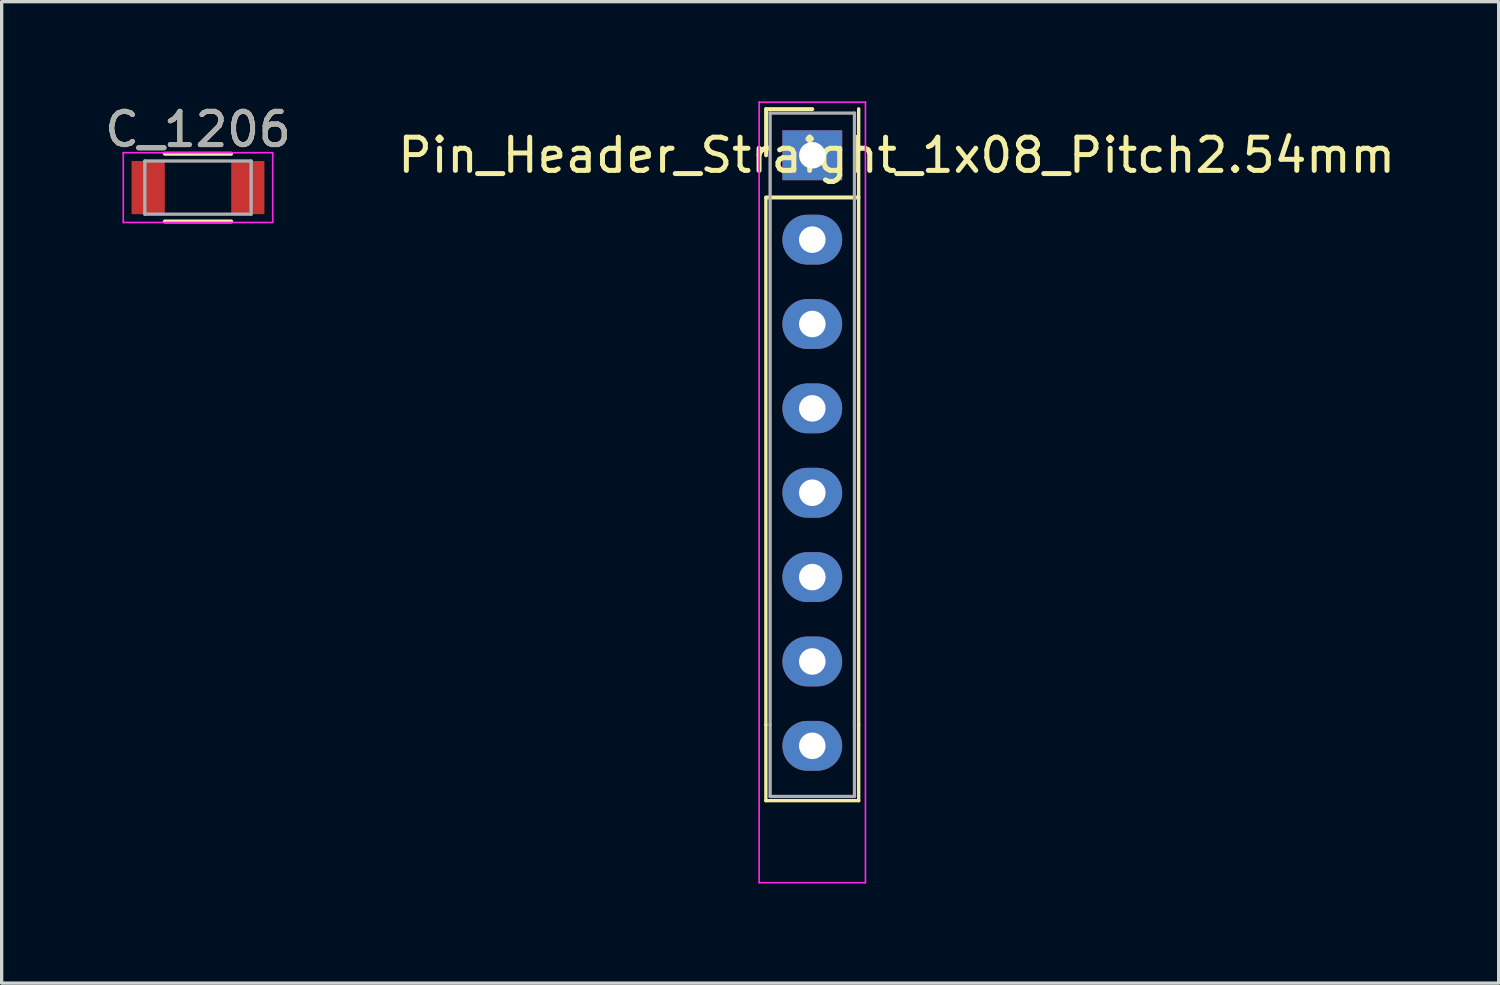
<source format=kicad_pcb>
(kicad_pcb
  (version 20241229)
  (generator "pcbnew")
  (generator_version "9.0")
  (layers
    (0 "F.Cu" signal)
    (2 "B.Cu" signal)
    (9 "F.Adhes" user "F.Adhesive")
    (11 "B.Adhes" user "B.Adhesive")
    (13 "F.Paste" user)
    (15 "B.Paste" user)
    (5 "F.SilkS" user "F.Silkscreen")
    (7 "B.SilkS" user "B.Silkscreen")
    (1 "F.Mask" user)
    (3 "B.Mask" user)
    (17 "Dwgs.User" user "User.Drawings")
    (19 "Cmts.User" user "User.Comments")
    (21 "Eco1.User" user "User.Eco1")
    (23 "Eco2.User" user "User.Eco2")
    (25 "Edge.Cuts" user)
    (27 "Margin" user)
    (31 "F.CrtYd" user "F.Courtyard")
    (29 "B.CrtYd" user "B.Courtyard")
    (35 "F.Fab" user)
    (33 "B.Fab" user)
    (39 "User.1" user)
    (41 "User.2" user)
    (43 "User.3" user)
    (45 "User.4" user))
  (footprint "Pin_Header_Straight_1x08_Pitch2.54mm"
    (layer "F.Cu")
    (at 21.406 1.625)
    (property "Reference" "Pin_Header_Straight_1x08_Pitch2.54mm" (at 2.54 0 0) (layer "F.SilkS") (effects (font (size 1 1) (thickness 0.15))))
    (attr through_hole)
    (fp_line (start -1.397 17.145) (end -1.397 1.27) (stroke (width 0.1) (type solid)) (layer "F.SilkS"))
    (fp_line (start -1.397 17.145) (end -1.397 19.431) (stroke (width 0.1) (type solid)) (layer "F.SilkS"))
    (fp_line (start -1.397 19.431) (end 1.397 19.431) (stroke (width 0.1) (type solid)) (layer "F.SilkS"))
    (fp_line (start -1.39 -1.39) (end 0 -1.39) (stroke (width 0.12) (type solid)) (layer "F.SilkS"))
    (fp_line (start -1.39 0) (end -1.39 -1.39) (stroke (width 0.12) (type solid)) (layer "F.SilkS"))
    (fp_line (start 1.39 1.27) (end -1.39 1.27) (stroke (width 0.12) (type solid)) (layer "F.SilkS"))
    (fp_line (start 1.397 17.145) (end 1.397 -1.397) (stroke (width 0.1) (type solid)) (layer "F.SilkS"))
    (fp_line (start 1.397 19.431) (end 1.397 17.145) (stroke (width 0.1) (type solid)) (layer "F.SilkS"))
    (fp_line (start -1.6 -1.6) (end -1.6 21.9) (stroke (width 0.05) (type solid)) (layer "F.CrtYd"))
    (fp_line (start -1.6 21.9) (end 1.6 21.9) (stroke (width 0.05) (type solid)) (layer "F.CrtYd"))
    (fp_line (start 1.6 -1.6) (end -1.6 -1.6) (stroke (width 0.05) (type solid)) (layer "F.CrtYd"))
    (fp_line (start 1.6 21.9) (end 1.6 -1.6) (stroke (width 0.05) (type solid)) (layer "F.CrtYd"))
    (fp_line (start -1.27 17.145) (end -1.27 -1.27) (stroke (width 0.1) (type solid)) (layer "F.Fab"))
    (fp_line (start -1.27 17.145) (end -1.27 19.304) (stroke (width 0.1) (type solid)) (layer "F.Fab"))
    (fp_line (start -1.27 19.304) (end 1.27 19.304) (stroke (width 0.1) (type solid)) (layer "F.Fab"))
    (fp_line (start 1.27 -1.27) (end -1.27 -1.27) (stroke (width 0.1) (type solid)) (layer "F.Fab"))
    (fp_line (start 1.27 -1.27) (end 1.27 17.145) (stroke (width 0.1) (type solid)) (layer "F.Fab"))
    (fp_line (start 1.27 19.304) (end 1.27 17.145) (stroke (width 0.1) (type solid)) (layer "F.Fab"))
    (pad "1" thru_hole rect (at 0 0) (size 1.8 1.5) (drill 0.8) (layers "*.Cu" "*.Mask"))
    (pad "2" thru_hole oval (at 0 2.54) (size 1.8 1.5) (drill 0.8) (layers "*.Cu" "*.Mask"))
    (pad "3" thru_hole oval (at 0 5.08) (size 1.8 1.5) (drill 0.8) (layers "*.Cu" "*.Mask"))
    (pad "4" thru_hole oval (at 0 7.62) (size 1.8 1.5) (drill 0.8) (layers "*.Cu" "*.Mask"))
    (pad "5" thru_hole oval (at 0 10.16) (size 1.8 1.5) (drill 0.8) (layers "*.Cu" "*.Mask"))
    (pad "6" thru_hole oval (at 0 12.7) (size 1.8 1.5) (drill 0.8) (layers "*.Cu" "*.Mask"))
    (pad "7" thru_hole oval (at 0 15.24) (size 1.8 1.5) (drill 0.8) (layers "*.Cu" "*.Mask"))
    (pad "8" thru_hole oval (at 0 17.78) (size 1.8 1.5) (drill 0.8) (layers "*.Cu" "*.Mask")))
  (footprint "C_1206"
    (layer "F.Cu")
    (at 2.911 2.598)
    (property "Reference" "C_1206" (at 0 -1.75 0) (layer "F.SilkS") (effects (font (size 1 1) (thickness 0.15))))
    (attr smd)
    (fp_line (start -1 1.02) (end 1 1.02) (stroke (width 0.12) (type solid)) (layer "F.SilkS"))
    (fp_line (start 1 -1.02) (end -1 -1.02) (stroke (width 0.12) (type solid)) (layer "F.SilkS"))
    (fp_line (start -2.25 -1.05) (end -2.25 1.05) (stroke (width 0.05) (type solid)) (layer "F.CrtYd"))
    (fp_line (start -2.25 -1.05) (end 2.25 -1.05) (stroke (width 0.05) (type solid)) (layer "F.CrtYd"))
    (fp_line (start 2.25 1.05) (end -2.25 1.05) (stroke (width 0.05) (type solid)) (layer "F.CrtYd"))
    (fp_line (start 2.25 1.05) (end 2.25 -1.05) (stroke (width 0.05) (type solid)) (layer "F.CrtYd"))
    (fp_line (start -1.6 -0.8) (end 1.6 -0.8) (stroke (width 0.1) (type solid)) (layer "F.Fab"))
    (fp_line (start -1.6 0.8) (end -1.6 -0.8) (stroke (width 0.1) (type solid)) (layer "F.Fab"))
    (fp_line (start 1.6 -0.8) (end 1.6 0.8) (stroke (width 0.1) (type solid)) (layer "F.Fab"))
    (fp_line (start 1.6 0.8) (end -1.6 0.8) (stroke (width 0.1) (type solid)) (layer "F.Fab"))
    (fp_text user "${REFERENCE}" (at 0 -1.75 0) (layer "F.Fab") (effects (font (size 1 1) (thickness 0.15))))
    (pad "1" smd rect (at -1.5 0) (size 1 1.6) (layers "F.Cu" "F.Mask" "F.Paste"))
    (pad "2" smd rect (at 1.5 0) (size 1 1.6) (layers "F.Cu" "F.Mask" "F.Paste")))
  (gr_rect
    (start -3 -3)
    (end 42.071 26.55)
    (stroke (width 0.1) (type default))
    (fill no)
    (layer "Edge.Cuts")))
</source>
